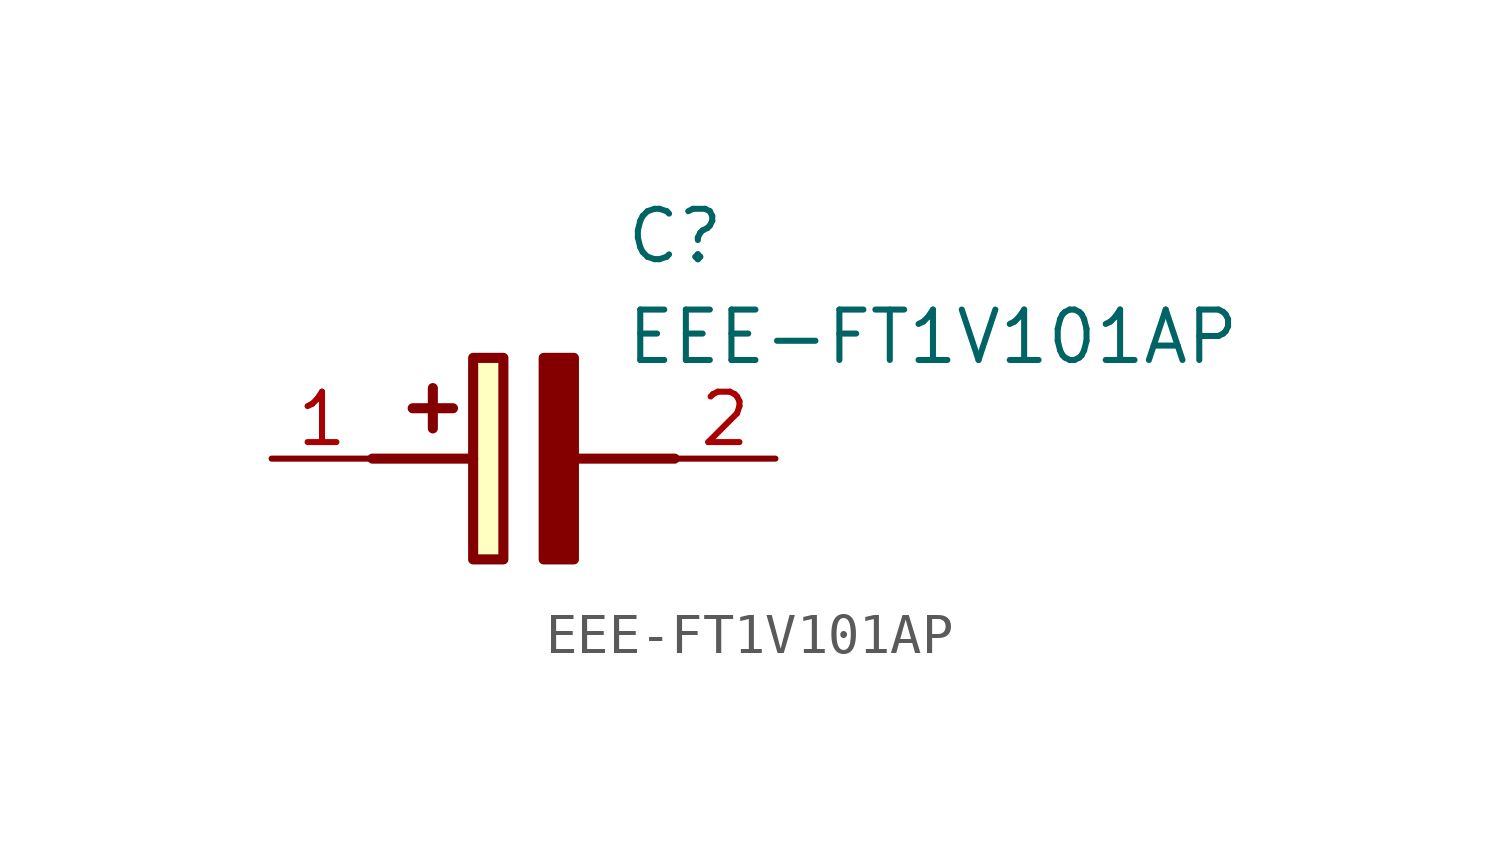
<source format=kicad_sym>
(kicad_symbol_lib
  (version 20220914)
  (generator kicad_symbol_editor)
  (symbol "EEE-FT1V101AP"
    (pin_names hide)
    (property "Reference" "C"
      (at 8.89 6.35 0)
      (effects (font (size 1.27 1.27)) (justify left top)))
    (property "Value" "EEE-FT1V101AP"
      (at 8.89 3.81 0)
      (effects (font (size 1.27 1.27)) (justify left top)))
    (symbol "EEE-FT1V101AP_1_1"
      (polyline (pts (xy 2.54 0) (xy 5.08 0)) (stroke (width 0.254) (type default)) (fill (type none)))
      (polyline (pts (xy 4.064 1.778) (xy 4.064 0.762)) (stroke (width 0.254) (type default)) (fill (type none)))
      (polyline (pts (xy 4.572 1.27) (xy 3.556 1.27)) (stroke (width 0.254) (type default)) (fill (type none)))
      (polyline (pts (xy 7.62 0) (xy 10.16 0)) (stroke (width 0.254) (type default)) (fill (type none)))
      (polyline (pts (xy 7.62 2.54) (xy 7.62 -2.54) (xy 6.858 -2.54) (xy 6.858 2.54) (xy 7.62 2.54)) (stroke (width 0.254) (type default)) (fill (type outline)))
      (rectangle (start 5.08 2.54) (end 5.842 -2.54) (stroke (width 0.254) (type default)) (fill (type background)))
      (pin passive line (at 0 0 0) (length 2.54) (name "+" (effects (font (size 1.27 1.27)))) (number "1" (effects (font (size 1.27 1.27)))))
      (pin passive line (at 12.7 0 180) (length 2.54) (name "-" (effects (font (size 1.27 1.27)))) (number "2" (effects (font (size 1.27 1.27))))))))
</source>
